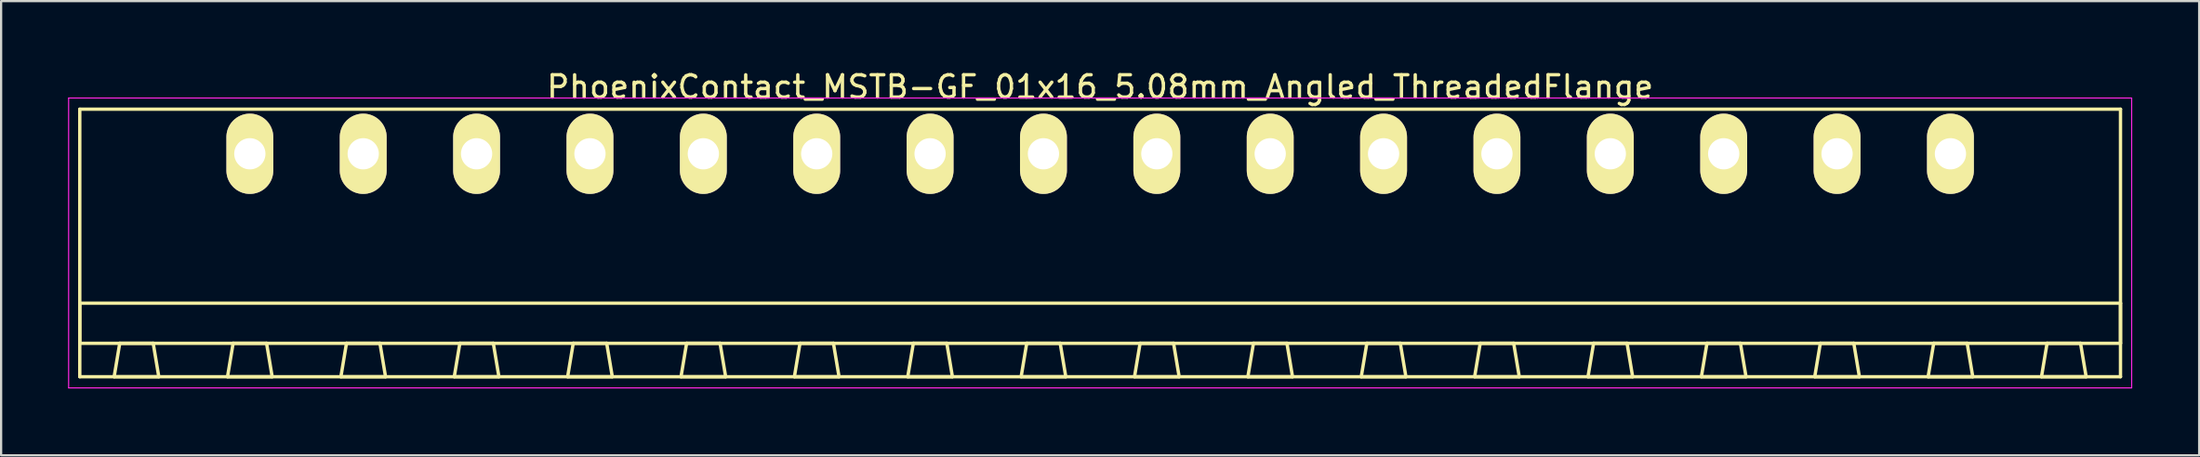
<source format=kicad_pcb>
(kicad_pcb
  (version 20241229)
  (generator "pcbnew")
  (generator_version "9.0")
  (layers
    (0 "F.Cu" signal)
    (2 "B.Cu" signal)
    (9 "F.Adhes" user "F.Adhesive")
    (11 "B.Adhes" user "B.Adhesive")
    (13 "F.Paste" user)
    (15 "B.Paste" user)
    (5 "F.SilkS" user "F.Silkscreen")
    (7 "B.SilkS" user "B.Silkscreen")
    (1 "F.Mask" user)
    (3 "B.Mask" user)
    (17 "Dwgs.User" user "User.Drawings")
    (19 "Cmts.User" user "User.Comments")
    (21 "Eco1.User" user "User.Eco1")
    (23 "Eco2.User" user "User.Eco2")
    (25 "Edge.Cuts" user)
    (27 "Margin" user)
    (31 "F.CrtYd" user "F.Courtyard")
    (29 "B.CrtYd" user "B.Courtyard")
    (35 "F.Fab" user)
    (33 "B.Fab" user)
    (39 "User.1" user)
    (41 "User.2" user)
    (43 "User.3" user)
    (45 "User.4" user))
  (footprint "PhoenixContact_MSTB-GF_01x16_5.08mm_Angled_ThreadedFlange"
    (layer "F.Cu")
    (at 8.145 3.848)
    (property "Reference" "PhoenixContact_MSTB-GF_01x16_5.08mm_Angled_ThreadedFlange" (at 38.1 -3 0) (layer "F.SilkS") (effects (font (size 1 1) (thickness 0.15))))
    (attr through_hole)
    (fp_line (start -7.62 -2) (end -7.62 10) (stroke (width 0.15) (type solid)) (layer "F.SilkS"))
    (fp_line (start -7.62 6.7) (end 83.82 6.7) (stroke (width 0.15) (type solid)) (layer "F.SilkS"))
    (fp_line (start -7.62 8.5) (end -7.62 6.7) (stroke (width 0.15) (type solid)) (layer "F.SilkS"))
    (fp_line (start -7.62 10) (end 83.82 10) (stroke (width 0.15) (type solid)) (layer "F.SilkS"))
    (fp_line (start -6.08 10) (end -4.08 10) (stroke (width 0.15) (type solid)) (layer "F.SilkS"))
    (fp_line (start -5.83 8.5) (end -6.08 10) (stroke (width 0.15) (type solid)) (layer "F.SilkS"))
    (fp_line (start -4.33 8.5) (end -5.83 8.5) (stroke (width 0.15) (type solid)) (layer "F.SilkS"))
    (fp_line (start -4.08 10) (end -4.33 8.5) (stroke (width 0.15) (type solid)) (layer "F.SilkS"))
    (fp_line (start -1 10) (end 1 10) (stroke (width 0.15) (type solid)) (layer "F.SilkS"))
    (fp_line (start -0.75 8.5) (end -1 10) (stroke (width 0.15) (type solid)) (layer "F.SilkS"))
    (fp_line (start 0.75 8.5) (end -0.75 8.5) (stroke (width 0.15) (type solid)) (layer "F.SilkS"))
    (fp_line (start 1 10) (end 0.75 8.5) (stroke (width 0.15) (type solid)) (layer "F.SilkS"))
    (fp_line (start 4.08 10) (end 6.08 10) (stroke (width 0.15) (type solid)) (layer "F.SilkS"))
    (fp_line (start 4.33 8.5) (end 4.08 10) (stroke (width 0.15) (type solid)) (layer "F.SilkS"))
    (fp_line (start 5.83 8.5) (end 4.33 8.5) (stroke (width 0.15) (type solid)) (layer "F.SilkS"))
    (fp_line (start 6.08 10) (end 5.83 8.5) (stroke (width 0.15) (type solid)) (layer "F.SilkS"))
    (fp_line (start 9.16 10) (end 11.16 10) (stroke (width 0.15) (type solid)) (layer "F.SilkS"))
    (fp_line (start 9.41 8.5) (end 9.16 10) (stroke (width 0.15) (type solid)) (layer "F.SilkS"))
    (fp_line (start 10.91 8.5) (end 9.41 8.5) (stroke (width 0.15) (type solid)) (layer "F.SilkS"))
    (fp_line (start 11.16 10) (end 10.91 8.5) (stroke (width 0.15) (type solid)) (layer "F.SilkS"))
    (fp_line (start 14.24 10) (end 16.24 10) (stroke (width 0.15) (type solid)) (layer "F.SilkS"))
    (fp_line (start 14.49 8.5) (end 14.24 10) (stroke (width 0.15) (type solid)) (layer "F.SilkS"))
    (fp_line (start 15.99 8.5) (end 14.49 8.5) (stroke (width 0.15) (type solid)) (layer "F.SilkS"))
    (fp_line (start 16.24 10) (end 15.99 8.5) (stroke (width 0.15) (type solid)) (layer "F.SilkS"))
    (fp_line (start 19.32 10) (end 21.32 10) (stroke (width 0.15) (type solid)) (layer "F.SilkS"))
    (fp_line (start 19.57 8.5) (end 19.32 10) (stroke (width 0.15) (type solid)) (layer "F.SilkS"))
    (fp_line (start 21.07 8.5) (end 19.57 8.5) (stroke (width 0.15) (type solid)) (layer "F.SilkS"))
    (fp_line (start 21.32 10) (end 21.07 8.5) (stroke (width 0.15) (type solid)) (layer "F.SilkS"))
    (fp_line (start 24.4 10) (end 26.4 10) (stroke (width 0.15) (type solid)) (layer "F.SilkS"))
    (fp_line (start 24.65 8.5) (end 24.4 10) (stroke (width 0.15) (type solid)) (layer "F.SilkS"))
    (fp_line (start 26.15 8.5) (end 24.65 8.5) (stroke (width 0.15) (type solid)) (layer "F.SilkS"))
    (fp_line (start 26.4 10) (end 26.15 8.5) (stroke (width 0.15) (type solid)) (layer "F.SilkS"))
    (fp_line (start 29.48 10) (end 31.48 10) (stroke (width 0.15) (type solid)) (layer "F.SilkS"))
    (fp_line (start 29.73 8.5) (end 29.48 10) (stroke (width 0.15) (type solid)) (layer "F.SilkS"))
    (fp_line (start 31.23 8.5) (end 29.73 8.5) (stroke (width 0.15) (type solid)) (layer "F.SilkS"))
    (fp_line (start 31.48 10) (end 31.23 8.5) (stroke (width 0.15) (type solid)) (layer "F.SilkS"))
    (fp_line (start 34.56 10) (end 36.56 10) (stroke (width 0.15) (type solid)) (layer "F.SilkS"))
    (fp_line (start 34.81 8.5) (end 34.56 10) (stroke (width 0.15) (type solid)) (layer "F.SilkS"))
    (fp_line (start 36.31 8.5) (end 34.81 8.5) (stroke (width 0.15) (type solid)) (layer "F.SilkS"))
    (fp_line (start 36.56 10) (end 36.31 8.5) (stroke (width 0.15) (type solid)) (layer "F.SilkS"))
    (fp_line (start 39.64 10) (end 41.64 10) (stroke (width 0.15) (type solid)) (layer "F.SilkS"))
    (fp_line (start 39.89 8.5) (end 39.64 10) (stroke (width 0.15) (type solid)) (layer "F.SilkS"))
    (fp_line (start 41.39 8.5) (end 39.89 8.5) (stroke (width 0.15) (type solid)) (layer "F.SilkS"))
    (fp_line (start 41.64 10) (end 41.39 8.5) (stroke (width 0.15) (type solid)) (layer "F.SilkS"))
    (fp_line (start 44.72 10) (end 46.72 10) (stroke (width 0.15) (type solid)) (layer "F.SilkS"))
    (fp_line (start 44.97 8.5) (end 44.72 10) (stroke (width 0.15) (type solid)) (layer "F.SilkS"))
    (fp_line (start 46.47 8.5) (end 44.97 8.5) (stroke (width 0.15) (type solid)) (layer "F.SilkS"))
    (fp_line (start 46.72 10) (end 46.47 8.5) (stroke (width 0.15) (type solid)) (layer "F.SilkS"))
    (fp_line (start 49.8 10) (end 51.8 10) (stroke (width 0.15) (type solid)) (layer "F.SilkS"))
    (fp_line (start 50.05 8.5) (end 49.8 10) (stroke (width 0.15) (type solid)) (layer "F.SilkS"))
    (fp_line (start 51.55 8.5) (end 50.05 8.5) (stroke (width 0.15) (type solid)) (layer "F.SilkS"))
    (fp_line (start 51.8 10) (end 51.55 8.5) (stroke (width 0.15) (type solid)) (layer "F.SilkS"))
    (fp_line (start 54.88 10) (end 56.88 10) (stroke (width 0.15) (type solid)) (layer "F.SilkS"))
    (fp_line (start 55.13 8.5) (end 54.88 10) (stroke (width 0.15) (type solid)) (layer "F.SilkS"))
    (fp_line (start 56.63 8.5) (end 55.13 8.5) (stroke (width 0.15) (type solid)) (layer "F.SilkS"))
    (fp_line (start 56.88 10) (end 56.63 8.5) (stroke (width 0.15) (type solid)) (layer "F.SilkS"))
    (fp_line (start 59.96 10) (end 61.96 10) (stroke (width 0.15) (type solid)) (layer "F.SilkS"))
    (fp_line (start 60.21 8.5) (end 59.96 10) (stroke (width 0.15) (type solid)) (layer "F.SilkS"))
    (fp_line (start 61.71 8.5) (end 60.21 8.5) (stroke (width 0.15) (type solid)) (layer "F.SilkS"))
    (fp_line (start 61.96 10) (end 61.71 8.5) (stroke (width 0.15) (type solid)) (layer "F.SilkS"))
    (fp_line (start 65.04 10) (end 67.04 10) (stroke (width 0.15) (type solid)) (layer "F.SilkS"))
    (fp_line (start 65.29 8.5) (end 65.04 10) (stroke (width 0.15) (type solid)) (layer "F.SilkS"))
    (fp_line (start 66.79 8.5) (end 65.29 8.5) (stroke (width 0.15) (type solid)) (layer "F.SilkS"))
    (fp_line (start 67.04 10) (end 66.79 8.5) (stroke (width 0.15) (type solid)) (layer "F.SilkS"))
    (fp_line (start 70.12 10) (end 72.12 10) (stroke (width 0.15) (type solid)) (layer "F.SilkS"))
    (fp_line (start 70.37 8.5) (end 70.12 10) (stroke (width 0.15) (type solid)) (layer "F.SilkS"))
    (fp_line (start 71.87 8.5) (end 70.37 8.5) (stroke (width 0.15) (type solid)) (layer "F.SilkS"))
    (fp_line (start 72.12 10) (end 71.87 8.5) (stroke (width 0.15) (type solid)) (layer "F.SilkS"))
    (fp_line (start 75.2 10) (end 77.2 10) (stroke (width 0.15) (type solid)) (layer "F.SilkS"))
    (fp_line (start 75.45 8.5) (end 75.2 10) (stroke (width 0.15) (type solid)) (layer "F.SilkS"))
    (fp_line (start 76.95 8.5) (end 75.45 8.5) (stroke (width 0.15) (type solid)) (layer "F.SilkS"))
    (fp_line (start 77.2 10) (end 76.95 8.5) (stroke (width 0.15) (type solid)) (layer "F.SilkS"))
    (fp_line (start 80.28 10) (end 82.28 10) (stroke (width 0.15) (type solid)) (layer "F.SilkS"))
    (fp_line (start 80.53 8.5) (end 80.28 10) (stroke (width 0.15) (type solid)) (layer "F.SilkS"))
    (fp_line (start 82.03 8.5) (end 80.53 8.5) (stroke (width 0.15) (type solid)) (layer "F.SilkS"))
    (fp_line (start 82.28 10) (end 82.03 8.5) (stroke (width 0.15) (type solid)) (layer "F.SilkS"))
    (fp_line (start 83.82 -2) (end -7.62 -2) (stroke (width 0.15) (type solid)) (layer "F.SilkS"))
    (fp_line (start 83.82 6.7) (end 83.82 8.5) (stroke (width 0.15) (type solid)) (layer "F.SilkS"))
    (fp_line (start 83.82 8.5) (end -7.62 8.5) (stroke (width 0.15) (type solid)) (layer "F.SilkS"))
    (fp_line (start 83.82 10) (end 83.82 -2) (stroke (width 0.15) (type solid)) (layer "F.SilkS"))
    (fp_line (start -8.12 -2.5) (end -8.12 10.5) (stroke (width 0.05) (type solid)) (layer "F.CrtYd"))
    (fp_line (start -8.12 10.5) (end 84.32 10.5) (stroke (width 0.05) (type solid)) (layer "F.CrtYd"))
    (fp_line (start 84.32 -2.5) (end -8.12 -2.5) (stroke (width 0.05) (type solid)) (layer "F.CrtYd"))
    (fp_line (start 84.32 10.5) (end 84.32 -2.5) (stroke (width 0.05) (type solid)) (layer "F.CrtYd"))
    (pad "1" thru_hole oval (at 0 0) (size 2.1 3.6) (drill 1.4) (layers "*.Cu" "*.Mask" "F.SilkS"))
    (pad "2" thru_hole oval (at 5.08 0) (size 2.1 3.6) (drill 1.4) (layers "*.Cu" "*.Mask" "F.SilkS"))
    (pad "3" thru_hole oval (at 10.16 0) (size 2.1 3.6) (drill 1.4) (layers "*.Cu" "*.Mask" "F.SilkS"))
    (pad "4" thru_hole oval (at 15.24 0) (size 2.1 3.6) (drill 1.4) (layers "*.Cu" "*.Mask" "F.SilkS"))
    (pad "5" thru_hole oval (at 20.32 0) (size 2.1 3.6) (drill 1.4) (layers "*.Cu" "*.Mask" "F.SilkS"))
    (pad "6" thru_hole oval (at 25.4 0) (size 2.1 3.6) (drill 1.4) (layers "*.Cu" "*.Mask" "F.SilkS"))
    (pad "7" thru_hole oval (at 30.48 0) (size 2.1 3.6) (drill 1.4) (layers "*.Cu" "*.Mask" "F.SilkS"))
    (pad "8" thru_hole oval (at 35.56 0) (size 2.1 3.6) (drill 1.4) (layers "*.Cu" "*.Mask" "F.SilkS"))
    (pad "9" thru_hole oval (at 40.64 0) (size 2.1 3.6) (drill 1.4) (layers "*.Cu" "*.Mask" "F.SilkS"))
    (pad "10" thru_hole oval (at 45.72 0) (size 2.1 3.6) (drill 1.4) (layers "*.Cu" "*.Mask" "F.SilkS"))
    (pad "11" thru_hole oval (at 50.8 0) (size 2.1 3.6) (drill 1.4) (layers "*.Cu" "*.Mask" "F.SilkS"))
    (pad "12" thru_hole oval (at 55.88 0) (size 2.1 3.6) (drill 1.4) (layers "*.Cu" "*.Mask" "F.SilkS"))
    (pad "13" thru_hole oval (at 60.96 0) (size 2.1 3.6) (drill 1.4) (layers "*.Cu" "*.Mask" "F.SilkS"))
    (pad "14" thru_hole oval (at 66.04 0) (size 2.1 3.6) (drill 1.4) (layers "*.Cu" "*.Mask" "F.SilkS"))
    (pad "15" thru_hole oval (at 71.12 0) (size 2.1 3.6) (drill 1.4) (layers "*.Cu" "*.Mask" "F.SilkS"))
    (pad "16" thru_hole oval (at 76.2 0) (size 2.1 3.6) (drill 1.4) (layers "*.Cu" "*.Mask" "F.SilkS")))
  (gr_rect
    (start -3 -3)
    (end 95.49 17.373)
    (stroke (width 0.1) (type default))
    (fill no)
    (layer "Edge.Cuts")))
</source>
